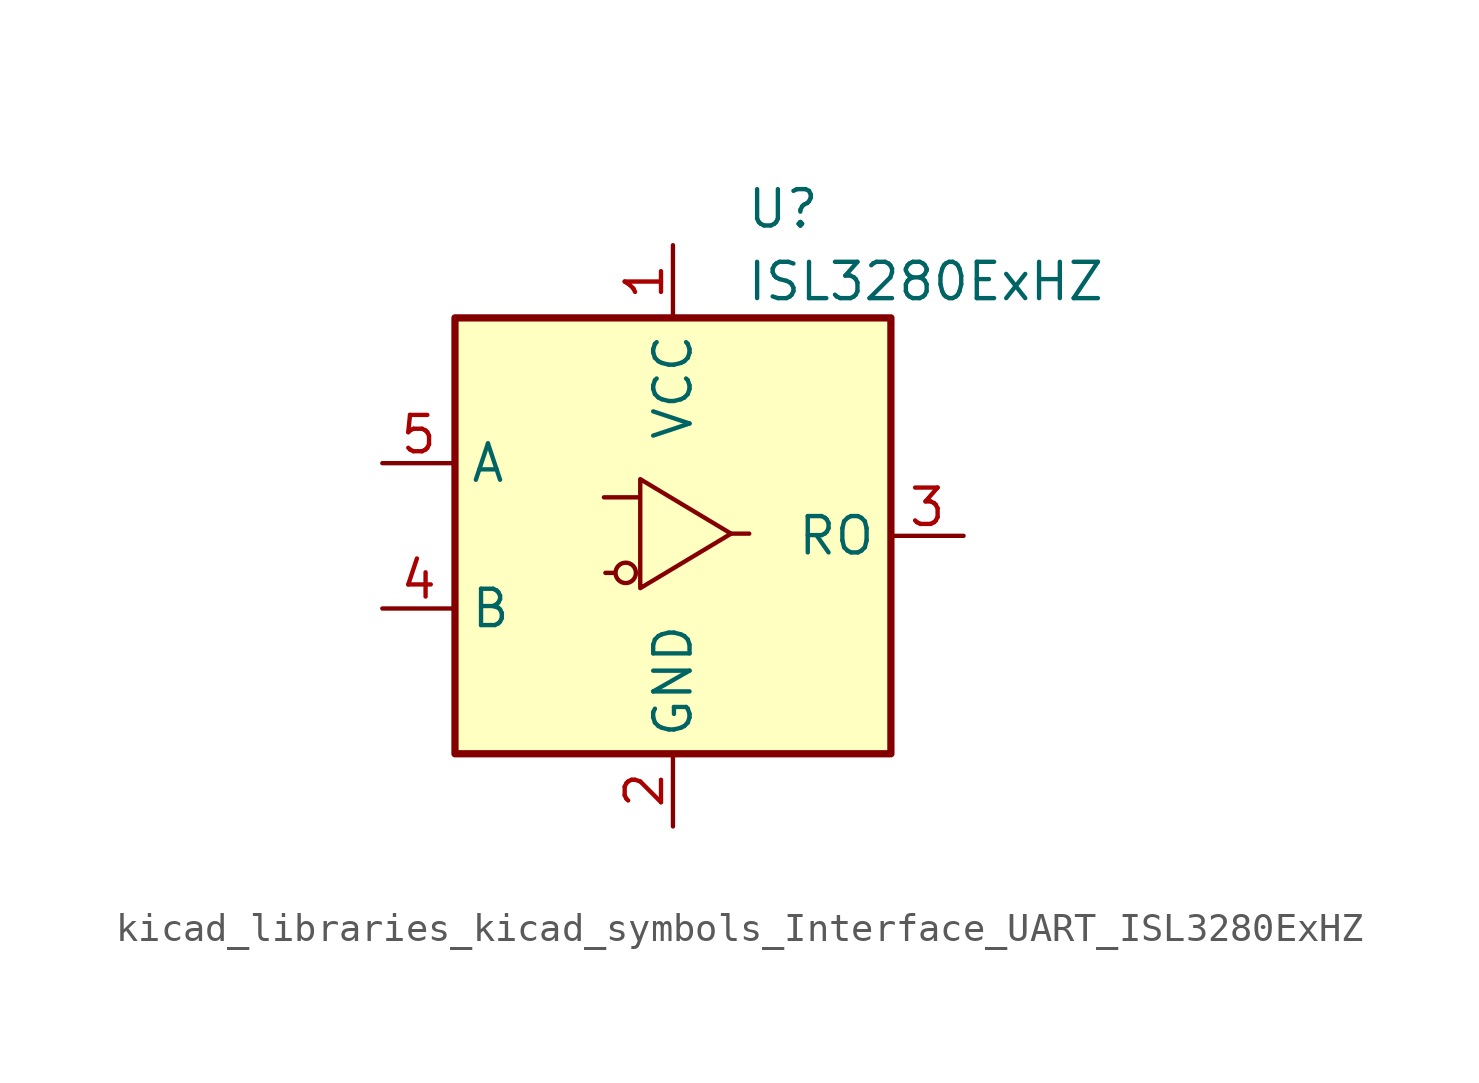
<source format=kicad_sym>
(kicad_symbol_lib
  (version 20220914)
  (generator kicad_symbol_editor)
  (symbol "kicad_libraries_kicad_symbols_Interface_UART_ISL3280ExHZ"
    (property "Reference" "U"
      (at 2.54 11.43 0)
      (effects (font (size 1.27 1.27)) (justify left)))
    (property "Value" "ISL3280ExHZ"
      (at 2.54 8.89 0)
      (effects (font (size 1.27 1.27)) (justify left)))
    (symbol "kicad_libraries_kicad_symbols_Interface_UART_ISL3280ExHZ_0_1"
      (circle (center -1.651 -1.295) (radius 0.356) (stroke (width 0) (type default)) (fill (type none)))
      (polyline (pts (xy -2.057 -1.295) (xy -2.362 -1.295)) (stroke (width 0) (type default)) (fill (type none)))
      (polyline (pts (xy 2.032 0.076) (xy 2.667 0.076)) (stroke (width 0) (type default)) (fill (type none)))
      (polyline (pts (xy -1.143 1.981) (xy -1.143 -1.829) (xy 2.032 0.076) (xy -1.143 1.981) (xy -1.143 1.346) (xy -2.413 1.346)) (stroke (width 0) (type default)) (fill (type none)))
      (rectangle (start 7.62 7.62) (end -7.62 -7.62) (stroke (width 0.254) (type default)) (fill (type background))))
    (symbol "kicad_libraries_kicad_symbols_Interface_UART_ISL3280ExHZ_1_1"
      (pin power_in line (at 0 10.16 270) (length 2.54) (name "VCC" (effects (font (size 1.27 1.27)))) (number "1" (effects (font (size 1.27 1.27)))))
      (pin power_in line (at 0 -10.16 90) (length 2.54) (name "GND" (effects (font (size 1.27 1.27)))) (number "2" (effects (font (size 1.27 1.27)))))
      (pin output line (at 10.16 0 180) (length 2.54) (name "RO" (effects (font (size 1.27 1.27)))) (number "3" (effects (font (size 1.27 1.27)))))
      (pin input line (at -10.16 -2.54 0) (length 2.54) (name "B" (effects (font (size 1.27 1.27)))) (number "4" (effects (font (size 1.27 1.27)))))
      (pin input line (at -10.16 2.54 0) (length 2.54) (name "A" (effects (font (size 1.27 1.27)))) (number "5" (effects (font (size 1.27 1.27))))))))
</source>
